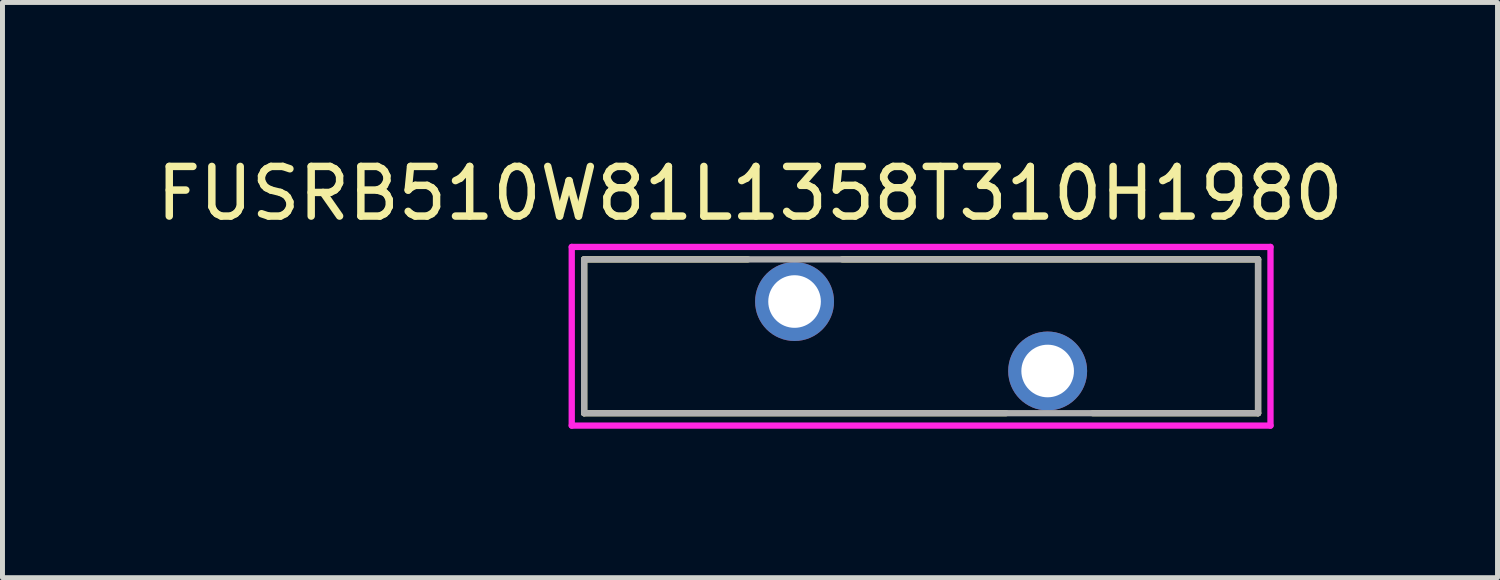
<source format=kicad_pcb>
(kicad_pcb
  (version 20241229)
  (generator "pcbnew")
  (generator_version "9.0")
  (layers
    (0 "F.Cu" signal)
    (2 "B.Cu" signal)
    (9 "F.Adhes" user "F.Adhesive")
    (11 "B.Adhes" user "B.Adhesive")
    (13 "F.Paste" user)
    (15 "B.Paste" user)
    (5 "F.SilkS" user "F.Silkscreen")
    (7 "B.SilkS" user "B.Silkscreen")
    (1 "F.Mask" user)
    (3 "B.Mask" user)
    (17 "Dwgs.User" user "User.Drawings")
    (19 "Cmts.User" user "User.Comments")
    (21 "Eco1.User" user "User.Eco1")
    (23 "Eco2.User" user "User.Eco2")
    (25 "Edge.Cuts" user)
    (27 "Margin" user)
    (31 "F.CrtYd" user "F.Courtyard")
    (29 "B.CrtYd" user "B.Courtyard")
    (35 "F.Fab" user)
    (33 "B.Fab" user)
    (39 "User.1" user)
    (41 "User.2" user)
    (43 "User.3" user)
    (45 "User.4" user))
  (footprint "FUSRB510W81L1358T310H1980"
    (layer "F.Cu")
    (at 15.511 3.726)
    (property "Reference" "FUSRB510W81L1358T310H1980" (at -3.448 -2.877 0) (layer "F.SilkS") (effects (font (size 1.001 1.001) (thickness 0.15))))
    (attr through_hole)
    (fp_line (start -6.79 -1.55) (end -6.79 1.55) (stroke (width 0.127) (type solid)) (layer "F.SilkS"))
    (fp_line (start -6.79 -1.55) (end -3.49 -1.55) (stroke (width 0.127) (type solid)) (layer "F.SilkS"))
    (fp_line (start -6.79 1.55) (end 1.71 1.55) (stroke (width 0.127) (type solid)) (layer "F.SilkS"))
    (fp_line (start -1.59 -1.55) (end 6.79 -1.55) (stroke (width 0.127) (type solid)) (layer "F.SilkS"))
    (fp_line (start 3.46 1.55) (end 6.79 1.55) (stroke (width 0.127) (type solid)) (layer "F.SilkS"))
    (fp_line (start 6.79 -1.55) (end 6.79 1.55) (stroke (width 0.127) (type solid)) (layer "F.SilkS"))
    (fp_line (start -7.04 -1.8) (end 7.04 -1.8) (stroke (width 0.127) (type solid)) (layer "F.CrtYd"))
    (fp_line (start -7.04 1.8) (end -7.04 -1.8) (stroke (width 0.127) (type solid)) (layer "F.CrtYd"))
    (fp_line (start 7.04 -1.8) (end 7.04 1.8) (stroke (width 0.127) (type solid)) (layer "F.CrtYd"))
    (fp_line (start 7.04 1.8) (end -7.04 1.8) (stroke (width 0.127) (type solid)) (layer "F.CrtYd"))
    (fp_line (start -6.79 -1.55) (end -6.79 1.55) (stroke (width 0.127) (type solid)) (layer "F.Fab"))
    (fp_line (start -6.79 1.55) (end 6.79 1.55) (stroke (width 0.127) (type solid)) (layer "F.Fab"))
    (fp_line (start 6.79 -1.55) (end -6.79 -1.55) (stroke (width 0.127) (type solid)) (layer "F.Fab"))
    (fp_line (start 6.79 -1.55) (end 6.79 1.55) (stroke (width 0.127) (type solid)) (layer "F.Fab"))
    (pad "1" thru_hole circle (at -2.55 -0.7) (size 1.59 1.59) (drill 1.06) (layers "*.Cu" "*.Mask"))
    (pad "2" thru_hole circle (at 2.55 0.7) (size 1.59 1.59) (drill 1.06) (layers "*.Cu" "*.Mask")))
  (gr_rect
    (start -3 -3)
    (end 27.126 8.59)
    (stroke (width 0.1) (type default))
    (fill no)
    (layer "Edge.Cuts")))
</source>
